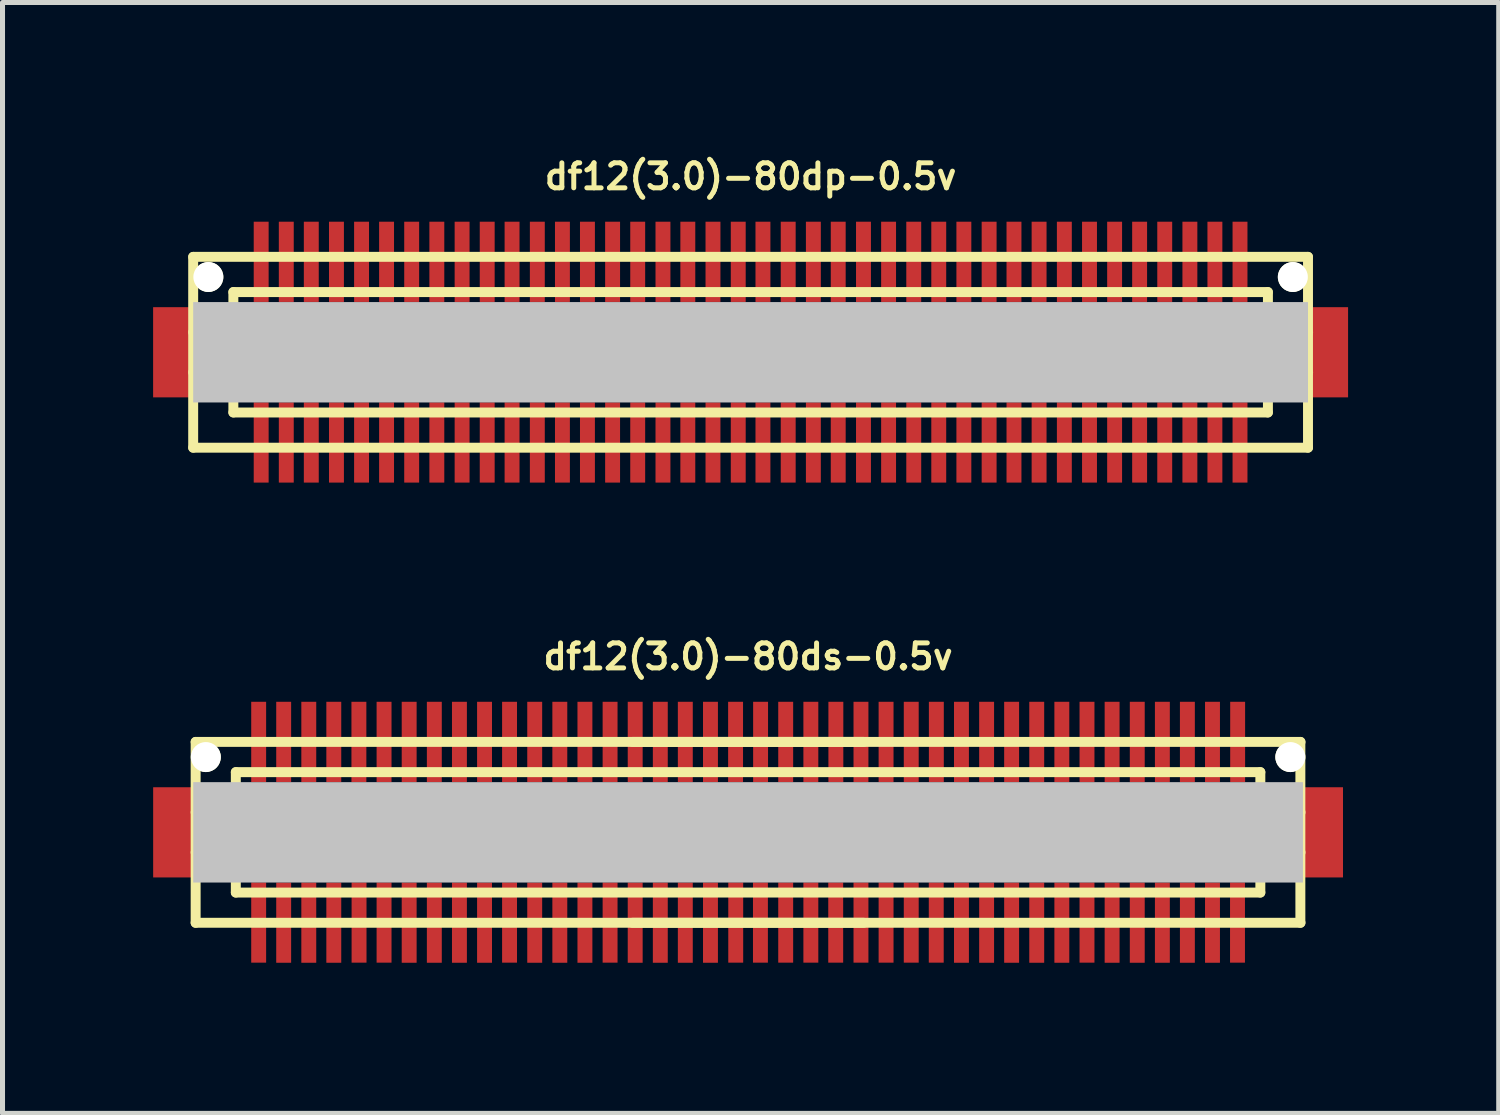
<source format=kicad_pcb>
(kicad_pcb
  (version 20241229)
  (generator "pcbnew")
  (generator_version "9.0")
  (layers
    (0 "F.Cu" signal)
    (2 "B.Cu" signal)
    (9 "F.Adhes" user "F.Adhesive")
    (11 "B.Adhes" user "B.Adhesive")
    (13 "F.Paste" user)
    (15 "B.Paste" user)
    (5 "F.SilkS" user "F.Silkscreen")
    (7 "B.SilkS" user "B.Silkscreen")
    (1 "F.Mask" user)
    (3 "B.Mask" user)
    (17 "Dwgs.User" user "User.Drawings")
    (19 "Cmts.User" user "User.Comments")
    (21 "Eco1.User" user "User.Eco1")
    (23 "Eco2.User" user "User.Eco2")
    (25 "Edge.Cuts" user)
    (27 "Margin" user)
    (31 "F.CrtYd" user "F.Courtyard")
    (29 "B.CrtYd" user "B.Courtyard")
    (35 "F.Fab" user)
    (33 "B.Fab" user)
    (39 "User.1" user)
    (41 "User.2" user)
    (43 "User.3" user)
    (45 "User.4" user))
  (footprint "df12(3.0)-80dp-0.5v"
    (layer "F.Cu")
    (at 11.897 3.965)
    (property "Reference" "df12(3.0)-80dp-0.5v" (at 0 -3.5 0) (layer "F.SilkS") (effects (font (size 0.498 0.498) (thickness 0.099))))
    (attr smd)
    (fp_line (start -11.1 -1.9) (end -11.1 1.9) (stroke (width 0.198) (type solid)) (layer "F.SilkS"))
    (fp_line (start -11.1 -1.9) (end 11.1 -1.9) (stroke (width 0.198) (type solid)) (layer "F.SilkS"))
    (fp_line (start -10.3 -0.399) (end -11.1 -0.399) (stroke (width 0.198) (type solid)) (layer "F.SilkS"))
    (fp_line (start -10.3 0.399) (end -11.1 0.399) (stroke (width 0.198) (type solid)) (layer "F.SilkS"))
    (fp_line (start -10.3 1.199) (end -10.3 -1.199) (stroke (width 0.198) (type solid)) (layer "F.SilkS"))
    (fp_line (start -10.3 1.199) (end 10.3 1.199) (stroke (width 0.198) (type solid)) (layer "F.SilkS"))
    (fp_line (start 10.3 -1.199) (end -10.3 -1.199) (stroke (width 0.198) (type solid)) (layer "F.SilkS"))
    (fp_line (start 10.302 -1.199) (end 10.302 1.199) (stroke (width 0.198) (type solid)) (layer "F.SilkS"))
    (fp_line (start 10.302 -0.399) (end 11.102 -0.399) (stroke (width 0.198) (type solid)) (layer "F.SilkS"))
    (fp_line (start 11.1 1.9) (end -11.1 1.9) (stroke (width 0.198) (type solid)) (layer "F.SilkS"))
    (fp_line (start 11.1 1.9) (end 11.1 -1.9) (stroke (width 0.198) (type solid)) (layer "F.SilkS"))
    (fp_line (start 11.102 0.399) (end 10.302 0.399) (stroke (width 0.198) (type solid)) (layer "F.SilkS"))
    (pad "" smd rect (at -11.499 0) (size 0.798 1.796) (layers "F.Cu" "F.Mask" "F.Paste"))
    (pad "" np_thru_hole circle (at -10.798 -1.499) (size 0.597 0.597) (drill 0.597) (layers "*.Cu" "*.Mask" "F.SilkS"))
    (pad "" smd rect (at 0 0) (size 22.2 1.999) (layers "Dwgs.User"))
    (pad "" np_thru_hole circle (at 10.798 -1.499) (size 0.597 0.597) (drill 0.597) (layers "*.Cu" "*.Mask" "F.SilkS"))
    (pad "" smd rect (at 11.499 0) (size 0.798 1.796) (layers "F.Cu" "F.Mask" "F.Paste"))
    (pad "1" smd rect (at 9.746 1.796) (size 0.297 1.598) (layers "F.Cu" "F.Mask" "F.Paste"))
    (pad "2" smd rect (at 9.246 1.796) (size 0.297 1.598) (layers "F.Cu" "F.Mask" "F.Paste"))
    (pad "3" smd rect (at 8.748 1.796) (size 0.297 1.598) (layers "F.Cu" "F.Mask" "F.Paste"))
    (pad "4" smd rect (at 8.247 1.796) (size 0.297 1.598) (layers "F.Cu" "F.Mask" "F.Paste"))
    (pad "5" smd rect (at 7.747 1.796) (size 0.297 1.598) (layers "F.Cu" "F.Mask" "F.Paste"))
    (pad "6" smd rect (at 7.249 1.796) (size 0.297 1.598) (layers "F.Cu" "F.Mask" "F.Paste"))
    (pad "7" smd rect (at 6.749 1.796) (size 0.297 1.598) (layers "F.Cu" "F.Mask" "F.Paste"))
    (pad "8" smd rect (at 6.248 1.796) (size 0.297 1.598) (layers "F.Cu" "F.Mask" "F.Paste"))
    (pad "9" smd rect (at 5.745 1.796) (size 0.297 1.598) (layers "F.Cu" "F.Mask" "F.Paste"))
    (pad "10" smd rect (at 5.245 1.796) (size 0.297 1.598) (layers "F.Cu" "F.Mask" "F.Paste"))
    (pad "11" smd rect (at 4.75 1.796) (size 0.297 1.598) (layers "F.Cu" "F.Mask" "F.Paste"))
    (pad "12" smd rect (at 4.247 1.796) (size 0.297 1.598) (layers "F.Cu" "F.Mask" "F.Paste"))
    (pad "13" smd rect (at 3.747 1.796) (size 0.297 1.598) (layers "F.Cu" "F.Mask" "F.Paste"))
    (pad "14" smd rect (at 3.249 1.796) (size 0.297 1.598) (layers "F.Cu" "F.Mask" "F.Paste"))
    (pad "15" smd rect (at 2.748 1.796) (size 0.297 1.598) (layers "F.Cu" "F.Mask" "F.Paste"))
    (pad "16" smd rect (at 2.248 1.796) (size 0.297 1.598) (layers "F.Cu" "F.Mask" "F.Paste"))
    (pad "17" smd rect (at 1.745 1.796) (size 0.297 1.598) (layers "F.Cu" "F.Mask" "F.Paste"))
    (pad "18" smd rect (at 1.25 1.796) (size 0.297 1.598) (layers "F.Cu" "F.Mask" "F.Paste"))
    (pad "19" smd rect (at 0.749 1.796) (size 0.297 1.598) (layers "F.Cu" "F.Mask" "F.Paste"))
    (pad "20" smd rect (at 0.246 1.796) (size 0.297 1.598) (layers "F.Cu" "F.Mask" "F.Paste"))
    (pad "21" smd rect (at -0.246 1.796) (size 0.297 1.598) (layers "F.Cu" "F.Mask" "F.Paste"))
    (pad "22" smd rect (at -0.749 1.796) (size 0.297 1.598) (layers "F.Cu" "F.Mask" "F.Paste"))
    (pad "23" smd rect (at -1.25 1.796) (size 0.297 1.598) (layers "F.Cu" "F.Mask" "F.Paste"))
    (pad "24" smd rect (at -1.745 1.796) (size 0.297 1.598) (layers "F.Cu" "F.Mask" "F.Paste"))
    (pad "25" smd rect (at -2.248 1.796) (size 0.297 1.598) (layers "F.Cu" "F.Mask" "F.Paste"))
    (pad "26" smd rect (at -2.748 1.796) (size 0.297 1.598) (layers "F.Cu" "F.Mask" "F.Paste"))
    (pad "27" smd rect (at -3.249 1.796) (size 0.297 1.598) (layers "F.Cu" "F.Mask" "F.Paste"))
    (pad "28" smd rect (at -3.747 1.796) (size 0.297 1.598) (layers "F.Cu" "F.Mask" "F.Paste"))
    (pad "29" smd rect (at -4.247 1.796) (size 0.297 1.598) (layers "F.Cu" "F.Mask" "F.Paste"))
    (pad "30" smd rect (at -4.75 1.796) (size 0.297 1.598) (layers "F.Cu" "F.Mask" "F.Paste"))
    (pad "31" smd rect (at -5.245 1.796) (size 0.297 1.598) (layers "F.Cu" "F.Mask" "F.Paste"))
    (pad "32" smd rect (at -5.745 1.796) (size 0.297 1.598) (layers "F.Cu" "F.Mask" "F.Paste"))
    (pad "33" smd rect (at -6.248 1.796) (size 0.297 1.598) (layers "F.Cu" "F.Mask" "F.Paste"))
    (pad "34" smd rect (at -6.749 1.796) (size 0.297 1.598) (layers "F.Cu" "F.Mask" "F.Paste"))
    (pad "35" smd rect (at -7.249 1.796) (size 0.297 1.598) (layers "F.Cu" "F.Mask" "F.Paste"))
    (pad "36" smd rect (at -7.747 1.796) (size 0.297 1.598) (layers "F.Cu" "F.Mask" "F.Paste"))
    (pad "37" smd rect (at -8.247 1.796) (size 0.297 1.598) (layers "F.Cu" "F.Mask" "F.Paste"))
    (pad "38" smd rect (at -8.748 1.796) (size 0.297 1.598) (layers "F.Cu" "F.Mask" "F.Paste"))
    (pad "39" smd rect (at -9.246 1.796) (size 0.297 1.598) (layers "F.Cu" "F.Mask" "F.Paste"))
    (pad "40" smd rect (at -9.746 1.796) (size 0.297 1.598) (layers "F.Cu" "F.Mask" "F.Paste"))
    (pad "41" smd rect (at -9.746 -1.801) (size 0.297 1.598) (layers "F.Cu" "F.Mask" "F.Paste"))
    (pad "42" smd rect (at -9.246 -1.801) (size 0.297 1.598) (layers "F.Cu" "F.Mask" "F.Paste"))
    (pad "43" smd rect (at -8.748 -1.801) (size 0.297 1.598) (layers "F.Cu" "F.Mask" "F.Paste"))
    (pad "44" smd rect (at -8.247 -1.801) (size 0.297 1.598) (layers "F.Cu" "F.Mask" "F.Paste"))
    (pad "45" smd rect (at -7.747 -1.801) (size 0.297 1.598) (layers "F.Cu" "F.Mask" "F.Paste"))
    (pad "46" smd rect (at -7.249 -1.801) (size 0.297 1.598) (layers "F.Cu" "F.Mask" "F.Paste"))
    (pad "47" smd rect (at -6.749 -1.801) (size 0.297 1.598) (layers "F.Cu" "F.Mask" "F.Paste"))
    (pad "48" smd rect (at -6.248 -1.801) (size 0.297 1.598) (layers "F.Cu" "F.Mask" "F.Paste"))
    (pad "49" smd rect (at -5.745 -1.801) (size 0.297 1.598) (layers "F.Cu" "F.Mask" "F.Paste"))
    (pad "50" smd rect (at -5.245 -1.801) (size 0.297 1.598) (layers "F.Cu" "F.Mask" "F.Paste"))
    (pad "51" smd rect (at -4.75 -1.801) (size 0.297 1.598) (layers "F.Cu" "F.Mask" "F.Paste"))
    (pad "52" smd rect (at -4.247 -1.801) (size 0.297 1.598) (layers "F.Cu" "F.Mask" "F.Paste"))
    (pad "53" smd rect (at -3.747 -1.801) (size 0.297 1.598) (layers "F.Cu" "F.Mask" "F.Paste"))
    (pad "54" smd rect (at -3.249 -1.801) (size 0.297 1.598) (layers "F.Cu" "F.Mask" "F.Paste"))
    (pad "55" smd rect (at -2.748 -1.801) (size 0.297 1.598) (layers "F.Cu" "F.Mask" "F.Paste"))
    (pad "56" smd rect (at -2.248 -1.801) (size 0.297 1.598) (layers "F.Cu" "F.Mask" "F.Paste"))
    (pad "57" smd rect (at -1.745 -1.801) (size 0.297 1.598) (layers "F.Cu" "F.Mask" "F.Paste"))
    (pad "58" smd rect (at -1.25 -1.801) (size 0.297 1.598) (layers "F.Cu" "F.Mask" "F.Paste"))
    (pad "59" smd rect (at -0.749 -1.801) (size 0.297 1.598) (layers "F.Cu" "F.Mask" "F.Paste"))
    (pad "60" smd rect (at -0.246 -1.801) (size 0.297 1.598) (layers "F.Cu" "F.Mask" "F.Paste"))
    (pad "61" smd rect (at 0.246 -1.801) (size 0.297 1.598) (layers "F.Cu" "F.Mask" "F.Paste"))
    (pad "62" smd rect (at 0.749 -1.801) (size 0.297 1.598) (layers "F.Cu" "F.Mask" "F.Paste"))
    (pad "63" smd rect (at 1.25 -1.801) (size 0.297 1.598) (layers "F.Cu" "F.Mask" "F.Paste"))
    (pad "64" smd rect (at 1.745 -1.801) (size 0.297 1.598) (layers "F.Cu" "F.Mask" "F.Paste"))
    (pad "65" smd rect (at 2.248 -1.801) (size 0.297 1.598) (layers "F.Cu" "F.Mask" "F.Paste"))
    (pad "66" smd rect (at 2.748 -1.801) (size 0.297 1.598) (layers "F.Cu" "F.Mask" "F.Paste"))
    (pad "67" smd rect (at 3.249 -1.801) (size 0.297 1.598) (layers "F.Cu" "F.Mask" "F.Paste"))
    (pad "68" smd rect (at 3.747 -1.801) (size 0.297 1.598) (layers "F.Cu" "F.Mask" "F.Paste"))
    (pad "69" smd rect (at 4.247 -1.801) (size 0.297 1.598) (layers "F.Cu" "F.Mask" "F.Paste"))
    (pad "70" smd rect (at 4.75 -1.801) (size 0.297 1.598) (layers "F.Cu" "F.Mask" "F.Paste"))
    (pad "71" smd rect (at 5.245 -1.801) (size 0.297 1.598) (layers "F.Cu" "F.Mask" "F.Paste"))
    (pad "72" smd rect (at 5.745 -1.801) (size 0.297 1.598) (layers "F.Cu" "F.Mask" "F.Paste"))
    (pad "73" smd rect (at 6.248 -1.801) (size 0.297 1.598) (layers "F.Cu" "F.Mask" "F.Paste"))
    (pad "74" smd rect (at 6.749 -1.801) (size 0.297 1.598) (layers "F.Cu" "F.Mask" "F.Paste"))
    (pad "75" smd rect (at 7.249 -1.801) (size 0.297 1.598) (layers "F.Cu" "F.Mask" "F.Paste"))
    (pad "76" smd rect (at 7.747 -1.801) (size 0.297 1.598) (layers "F.Cu" "F.Mask" "F.Paste"))
    (pad "77" smd rect (at 8.247 -1.801) (size 0.297 1.598) (layers "F.Cu" "F.Mask" "F.Paste"))
    (pad "78" smd rect (at 8.748 -1.801) (size 0.297 1.598) (layers "F.Cu" "F.Mask" "F.Paste"))
    (pad "79" smd rect (at 9.246 -1.801) (size 0.297 1.598) (layers "F.Cu" "F.Mask" "F.Paste"))
    (pad "80" smd rect (at 9.746 -1.801) (size 0.297 1.598) (layers "F.Cu" "F.Mask" "F.Paste")))
  (footprint "df12(3.0)-80ds-0.5v"
    (layer "F.Cu")
    (at 11.847 13.525)
    (property "Reference" "df12(3.0)-80ds-0.5v" (at 0 -3.5 0) (layer "F.SilkS") (effects (font (size 0.498 0.498) (thickness 0.099))))
    (attr smd)
    (fp_line (start -11.001 -1.801) (end 11.001 -1.801) (stroke (width 0.198) (type solid)) (layer "F.SilkS"))
    (fp_line (start -11.001 1.801) (end -11.001 -1.801) (stroke (width 0.198) (type solid)) (layer "F.SilkS"))
    (fp_line (start -10.201 -0.399) (end -11.001 -0.399) (stroke (width 0.198) (type solid)) (layer "F.SilkS"))
    (fp_line (start -10.201 0.399) (end -11.001 0.399) (stroke (width 0.198) (type solid)) (layer "F.SilkS"))
    (fp_line (start -10.201 0.701) (end 10.201 0.701) (stroke (width 0.198) (type solid)) (layer "F.SilkS"))
    (fp_line (start -10.201 1.199) (end -10.201 -1.199) (stroke (width 0.198) (type solid)) (layer "F.SilkS"))
    (fp_line (start -10.201 1.199) (end 10.201 1.199) (stroke (width 0.198) (type solid)) (layer "F.SilkS"))
    (fp_line (start -2.301 -1.801) (end 2.301 -1.801) (stroke (width 0.198) (type solid)) (layer "F.SilkS"))
    (fp_line (start 2.301 1.801) (end -2.301 1.801) (stroke (width 0.198) (type solid)) (layer "F.SilkS"))
    (fp_line (start 10.201 -1.199) (end -10.201 -1.199) (stroke (width 0.198) (type solid)) (layer "F.SilkS"))
    (fp_line (start 10.201 -1.199) (end 10.201 1.199) (stroke (width 0.198) (type solid)) (layer "F.SilkS"))
    (fp_line (start 10.201 -0.701) (end -10.201 -0.701) (stroke (width 0.198) (type solid)) (layer "F.SilkS"))
    (fp_line (start 10.201 -0.399) (end 11.001 -0.399) (stroke (width 0.198) (type solid)) (layer "F.SilkS"))
    (fp_line (start 10.998 -1.801) (end 10.998 1.801) (stroke (width 0.198) (type solid)) (layer "F.SilkS"))
    (fp_line (start 11.001 0.399) (end 10.201 0.399) (stroke (width 0.198) (type solid)) (layer "F.SilkS"))
    (fp_line (start 11.001 1.801) (end -11.001 1.801) (stroke (width 0.198) (type solid)) (layer "F.SilkS"))
    (pad "" smd rect (at -11.448 0) (size 0.798 1.796) (layers "F.Cu" "F.Mask" "F.Paste"))
    (pad "" np_thru_hole circle (at -10.798 -1.499) (size 0.597 0.597) (drill 0.597) (layers "*.Cu" "*.Mask" "F.SilkS"))
    (pad "" smd rect (at 0 0) (size 22.098 1.999) (layers "Dwgs.User"))
    (pad "" np_thru_hole circle (at 10.798 -1.499) (size 0.597 0.597) (drill 0.597) (layers "*.Cu" "*.Mask" "F.SilkS"))
    (pad "" smd rect (at 11.448 0) (size 0.798 1.796) (layers "F.Cu" "F.Mask" "F.Paste"))
    (pad "1" smd rect (at -9.746 1.796) (size 0.297 1.598) (layers "F.Cu" "F.Mask" "F.Paste"))
    (pad "2" smd rect (at -9.248 1.798) (size 0.297 1.598) (layers "F.Cu" "F.Mask" "F.Paste"))
    (pad "3" smd rect (at -8.748 1.798) (size 0.297 1.598) (layers "F.Cu" "F.Mask" "F.Paste"))
    (pad "4" smd rect (at -8.25 1.798) (size 0.297 1.598) (layers "F.Cu" "F.Mask" "F.Paste"))
    (pad "5" smd rect (at -7.747 1.796) (size 0.297 1.598) (layers "F.Cu" "F.Mask" "F.Paste"))
    (pad "6" smd rect (at -7.249 1.796) (size 0.297 1.598) (layers "F.Cu" "F.Mask" "F.Paste"))
    (pad "7" smd rect (at -6.749 1.798) (size 0.297 1.598) (layers "F.Cu" "F.Mask" "F.Paste"))
    (pad "8" smd rect (at -6.248 1.798) (size 0.297 1.598) (layers "F.Cu" "F.Mask" "F.Paste"))
    (pad "9" smd rect (at -5.748 1.798) (size 0.297 1.598) (layers "F.Cu" "F.Mask" "F.Paste"))
    (pad "10" smd rect (at -5.248 1.798) (size 0.297 1.598) (layers "F.Cu" "F.Mask" "F.Paste"))
    (pad "11" smd rect (at -4.75 1.796) (size 0.297 1.598) (layers "F.Cu" "F.Mask" "F.Paste"))
    (pad "12" smd rect (at -4.249 1.798) (size 0.297 1.598) (layers "F.Cu" "F.Mask" "F.Paste"))
    (pad "13" smd rect (at -3.749 1.798) (size 0.297 1.598) (layers "F.Cu" "F.Mask" "F.Paste"))
    (pad "14" smd rect (at -3.249 1.798) (size 0.297 1.598) (layers "F.Cu" "F.Mask" "F.Paste"))
    (pad "15" smd rect (at -2.748 1.796) (size 0.297 1.598) (layers "F.Cu" "F.Mask" "F.Paste"))
    (pad "16" smd rect (at -2.248 1.798) (size 0.297 1.598) (layers "F.Cu" "F.Mask" "F.Paste"))
    (pad "17" smd rect (at -1.748 1.798) (size 0.297 1.598) (layers "F.Cu" "F.Mask" "F.Paste"))
    (pad "18" smd rect (at -1.25 1.798) (size 0.297 1.598) (layers "F.Cu" "F.Mask" "F.Paste"))
    (pad "19" smd rect (at -0.749 1.798) (size 0.297 1.598) (layers "F.Cu" "F.Mask" "F.Paste"))
    (pad "20" smd rect (at -0.246 1.796) (size 0.297 1.598) (layers "F.Cu" "F.Mask" "F.Paste"))
    (pad "21" smd rect (at 0.246 1.796) (size 0.297 1.598) (layers "F.Cu" "F.Mask" "F.Paste"))
    (pad "22" smd rect (at 0.749 1.796) (size 0.297 1.598) (layers "F.Cu" "F.Mask" "F.Paste"))
    (pad "23" smd rect (at 1.25 1.796) (size 0.297 1.598) (layers "F.Cu" "F.Mask" "F.Paste"))
    (pad "24" smd rect (at 1.745 1.796) (size 0.297 1.598) (layers "F.Cu" "F.Mask" "F.Paste"))
    (pad "25" smd rect (at 2.248 1.796) (size 0.297 1.598) (layers "F.Cu" "F.Mask" "F.Paste"))
    (pad "26" smd rect (at 2.748 1.796) (size 0.297 1.598) (layers "F.Cu" "F.Mask" "F.Paste"))
    (pad "27" smd rect (at 3.249 1.796) (size 0.297 1.598) (layers "F.Cu" "F.Mask" "F.Paste"))
    (pad "28" smd rect (at 3.747 1.796) (size 0.297 1.598) (layers "F.Cu" "F.Mask" "F.Paste"))
    (pad "29" smd rect (at 4.249 1.798) (size 0.297 1.598) (layers "F.Cu" "F.Mask" "F.Paste"))
    (pad "30" smd rect (at 4.75 1.798) (size 0.297 1.598) (layers "F.Cu" "F.Mask" "F.Paste"))
    (pad "31" smd rect (at 5.248 1.798) (size 0.297 1.598) (layers "F.Cu" "F.Mask" "F.Paste"))
    (pad "32" smd rect (at 5.748 1.798) (size 0.297 1.598) (layers "F.Cu" "F.Mask" "F.Paste"))
    (pad "33" smd rect (at 6.248 1.798) (size 0.297 1.598) (layers "F.Cu" "F.Mask" "F.Paste"))
    (pad "34" smd rect (at 6.749 1.796) (size 0.297 1.598) (layers "F.Cu" "F.Mask" "F.Paste"))
    (pad "35" smd rect (at 7.249 1.798) (size 0.297 1.598) (layers "F.Cu" "F.Mask" "F.Paste"))
    (pad "36" smd rect (at 7.75 1.798) (size 0.297 1.598) (layers "F.Cu" "F.Mask" "F.Paste"))
    (pad "37" smd rect (at 8.25 1.798) (size 0.297 1.598) (layers "F.Cu" "F.Mask" "F.Paste"))
    (pad "38" smd rect (at 8.748 1.798) (size 0.297 1.598) (layers "F.Cu" "F.Mask" "F.Paste"))
    (pad "39" smd rect (at 9.248 1.798) (size 0.297 1.598) (layers "F.Cu" "F.Mask" "F.Paste"))
    (pad "40" smd rect (at 9.746 1.796) (size 0.297 1.598) (layers "F.Cu" "F.Mask" "F.Paste"))
    (pad "41" smd rect (at 9.749 -1.801) (size 0.297 1.598) (layers "F.Cu" "F.Mask" "F.Paste"))
    (pad "42" smd rect (at 9.248 -1.801) (size 0.297 1.598) (layers "F.Cu" "F.Mask" "F.Paste"))
    (pad "43" smd rect (at 8.748 -1.801) (size 0.297 1.598) (layers "F.Cu" "F.Mask" "F.Paste"))
    (pad "44" smd rect (at 8.25 -1.801) (size 0.297 1.598) (layers "F.Cu" "F.Mask" "F.Paste"))
    (pad "45" smd rect (at 7.75 -1.801) (size 0.297 1.598) (layers "F.Cu" "F.Mask" "F.Paste"))
    (pad "46" smd rect (at 7.249 -1.801) (size 0.297 1.598) (layers "F.Cu" "F.Mask" "F.Paste"))
    (pad "47" smd rect (at 6.749 -1.801) (size 0.297 1.598) (layers "F.Cu" "F.Mask" "F.Paste"))
    (pad "48" smd rect (at 6.248 -1.801) (size 0.297 1.598) (layers "F.Cu" "F.Mask" "F.Paste"))
    (pad "49" smd rect (at 5.748 -1.801) (size 0.297 1.598) (layers "F.Cu" "F.Mask" "F.Paste"))
    (pad "50" smd rect (at 5.248 -1.801) (size 0.297 1.598) (layers "F.Cu" "F.Mask" "F.Paste"))
    (pad "51" smd rect (at 4.75 -1.801) (size 0.297 1.598) (layers "F.Cu" "F.Mask" "F.Paste"))
    (pad "52" smd rect (at 4.249 -1.801) (size 0.297 1.598) (layers "F.Cu" "F.Mask" "F.Paste"))
    (pad "53" smd rect (at 3.749 -1.801) (size 0.297 1.598) (layers "F.Cu" "F.Mask" "F.Paste"))
    (pad "54" smd rect (at 3.249 -1.801) (size 0.297 1.598) (layers "F.Cu" "F.Mask" "F.Paste"))
    (pad "55" smd rect (at 2.748 -1.801) (size 0.297 1.598) (layers "F.Cu" "F.Mask" "F.Paste"))
    (pad "56" smd rect (at 2.248 -1.801) (size 0.297 1.598) (layers "F.Cu" "F.Mask" "F.Paste"))
    (pad "57" smd rect (at 1.748 -1.801) (size 0.297 1.598) (layers "F.Cu" "F.Mask" "F.Paste"))
    (pad "58" smd rect (at 1.25 -1.801) (size 0.297 1.598) (layers "F.Cu" "F.Mask" "F.Paste"))
    (pad "59" smd rect (at 0.749 -1.801) (size 0.297 1.598) (layers "F.Cu" "F.Mask" "F.Paste"))
    (pad "60" smd rect (at 0.249 -1.801) (size 0.297 1.598) (layers "F.Cu" "F.Mask" "F.Paste"))
    (pad "61" smd rect (at -0.249 -1.801) (size 0.297 1.598) (layers "F.Cu" "F.Mask" "F.Paste"))
    (pad "62" smd rect (at -0.749 -1.801) (size 0.297 1.598) (layers "F.Cu" "F.Mask" "F.Paste"))
    (pad "63" smd rect (at -1.25 -1.801) (size 0.297 1.598) (layers "F.Cu" "F.Mask" "F.Paste"))
    (pad "64" smd rect (at -1.748 -1.801) (size 0.297 1.598) (layers "F.Cu" "F.Mask" "F.Paste"))
    (pad "65" smd rect (at -2.248 -1.801) (size 0.297 1.598) (layers "F.Cu" "F.Mask" "F.Paste"))
    (pad "66" smd rect (at -2.748 -1.801) (size 0.297 1.598) (layers "F.Cu" "F.Mask" "F.Paste"))
    (pad "67" smd rect (at -3.249 -1.801) (size 0.297 1.598) (layers "F.Cu" "F.Mask" "F.Paste"))
    (pad "68" smd rect (at -3.749 -1.801) (size 0.297 1.598) (layers "F.Cu" "F.Mask" "F.Paste"))
    (pad "69" smd rect (at -4.249 -1.801) (size 0.297 1.598) (layers "F.Cu" "F.Mask" "F.Paste"))
    (pad "70" smd rect (at -4.75 -1.801) (size 0.297 1.598) (layers "F.Cu" "F.Mask" "F.Paste"))
    (pad "71" smd rect (at -5.248 -1.801) (size 0.297 1.598) (layers "F.Cu" "F.Mask" "F.Paste"))
    (pad "72" smd rect (at -5.748 -1.801) (size 0.297 1.598) (layers "F.Cu" "F.Mask" "F.Paste"))
    (pad "73" smd rect (at -6.248 -1.801) (size 0.297 1.598) (layers "F.Cu" "F.Mask" "F.Paste"))
    (pad "74" smd rect (at -6.749 -1.801) (size 0.297 1.598) (layers "F.Cu" "F.Mask" "F.Paste"))
    (pad "75" smd rect (at -7.249 -1.801) (size 0.297 1.598) (layers "F.Cu" "F.Mask" "F.Paste"))
    (pad "76" smd rect (at -7.75 -1.801) (size 0.297 1.598) (layers "F.Cu" "F.Mask" "F.Paste"))
    (pad "77" smd rect (at -8.25 -1.801) (size 0.297 1.598) (layers "F.Cu" "F.Mask" "F.Paste"))
    (pad "78" smd rect (at -8.748 -1.801) (size 0.297 1.598) (layers "F.Cu" "F.Mask" "F.Paste"))
    (pad "79" smd rect (at -9.248 -1.801) (size 0.297 1.598) (layers "F.Cu" "F.Mask" "F.Paste"))
    (pad "80" smd rect (at -9.746 -1.801) (size 0.297 1.598) (layers "F.Cu" "F.Mask" "F.Paste")))
  (gr_rect
    (start -3 -3)
    (end 26.795 19.122)
    (stroke (width 0.1) (type default))
    (fill no)
    (layer "Edge.Cuts")))
</source>
